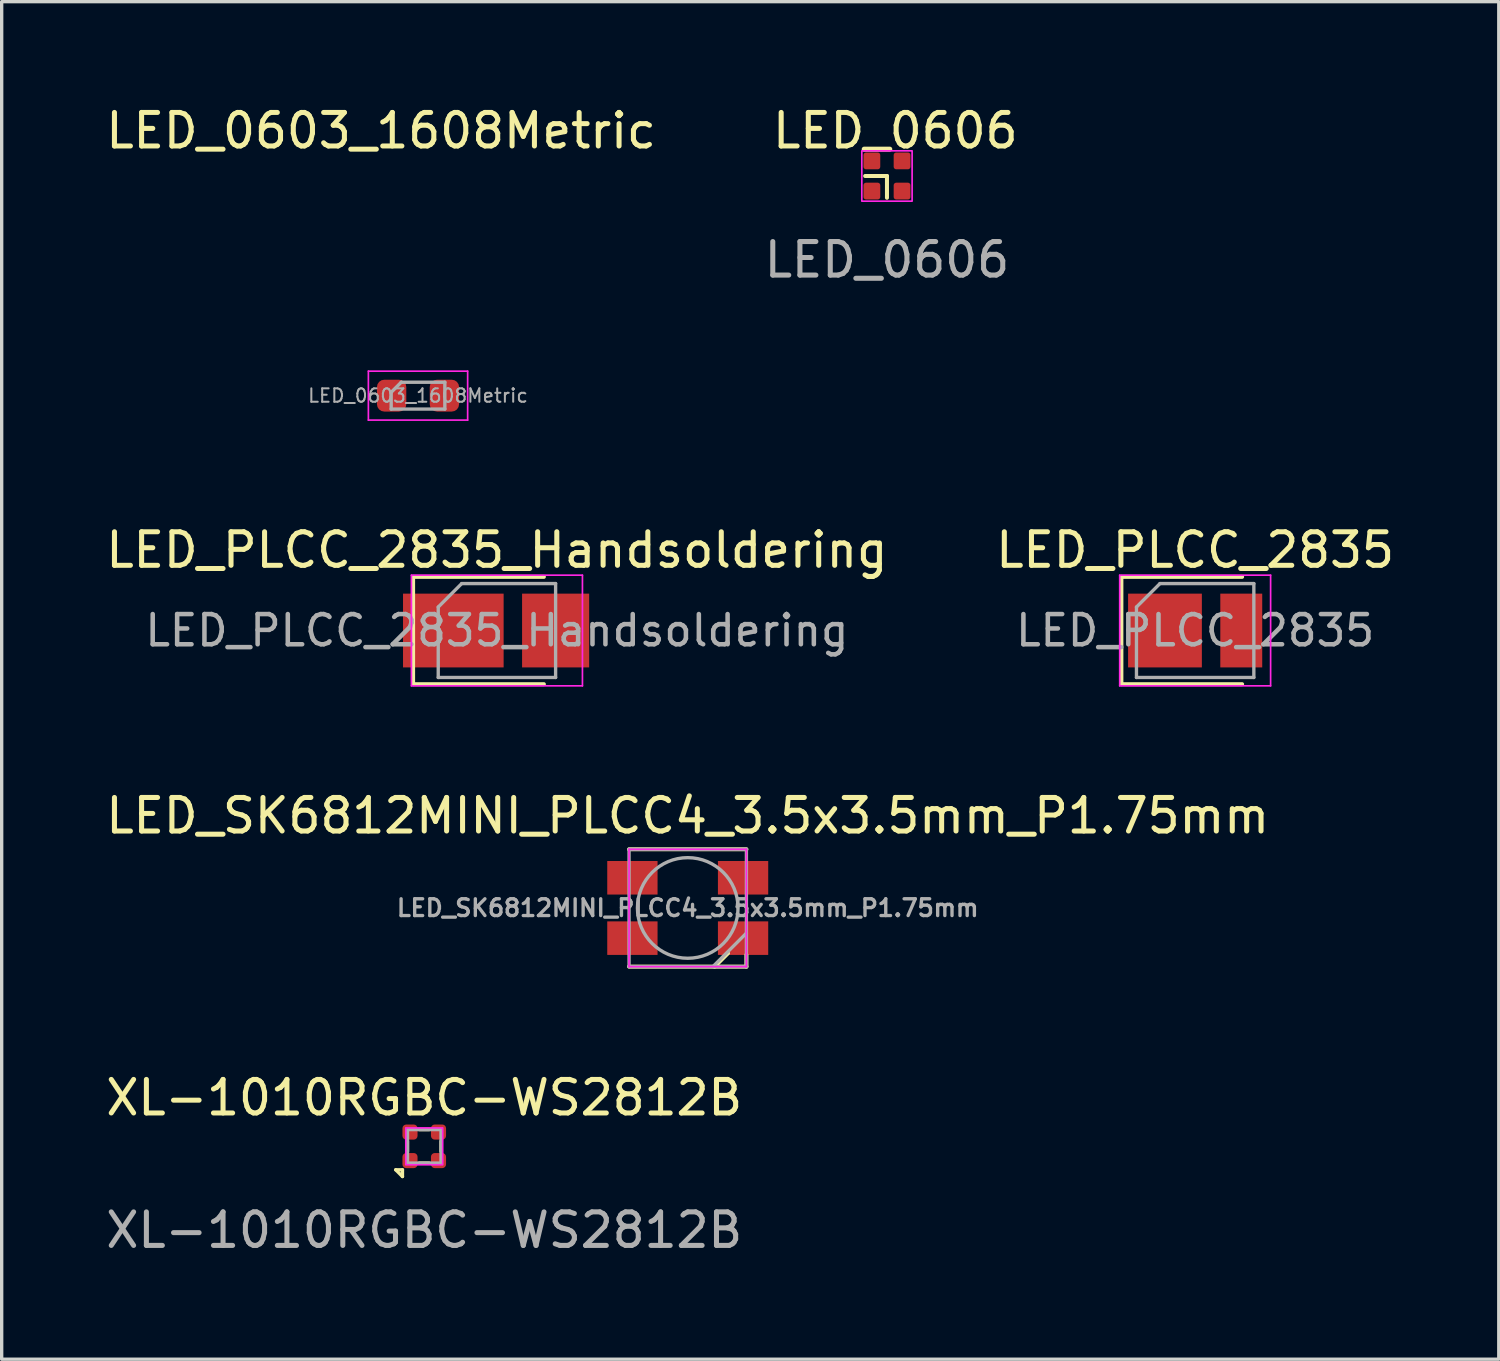
<source format=kicad_pcb>
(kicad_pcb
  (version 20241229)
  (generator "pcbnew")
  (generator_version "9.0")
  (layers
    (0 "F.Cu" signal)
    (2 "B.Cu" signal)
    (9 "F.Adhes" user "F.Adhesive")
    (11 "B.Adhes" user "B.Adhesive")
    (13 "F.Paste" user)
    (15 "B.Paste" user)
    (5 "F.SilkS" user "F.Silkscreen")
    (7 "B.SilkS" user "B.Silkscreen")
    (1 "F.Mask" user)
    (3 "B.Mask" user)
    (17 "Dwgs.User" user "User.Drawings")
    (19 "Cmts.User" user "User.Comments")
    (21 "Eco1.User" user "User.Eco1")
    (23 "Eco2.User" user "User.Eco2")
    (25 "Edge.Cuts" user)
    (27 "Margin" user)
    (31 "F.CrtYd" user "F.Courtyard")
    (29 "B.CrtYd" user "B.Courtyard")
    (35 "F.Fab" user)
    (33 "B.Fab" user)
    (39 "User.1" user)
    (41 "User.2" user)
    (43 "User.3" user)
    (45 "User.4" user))
  (footprint "LED_0606"
    (layer "F.Cu")
    (at 23.399 2.198)
    (property "Reference" "LED_0606" (at 0.25 -1.35 0) (unlocked yes) (layer "F.SilkS") (effects (font (size 1 1) (thickness 0.15))))
    (attr smd)
    (fp_line (start -0.65 0) (end 0 0) (stroke (width 0.12) (type solid)) (layer "F.SilkS"))
    (fp_line (start 0 0) (end 0 0.65) (stroke (width 0.12) (type solid)) (layer "F.SilkS"))
    (fp_rect (start -0.75 -0.75) (end 0.75 0.75) (stroke (width 0.05) (type solid)) (fill no) (layer "F.CrtYd"))
    (fp_text user "${REFERENCE}" (at 0 2.5 0) (unlocked yes) (layer "F.Fab") (effects (font (size 1 1) (thickness 0.15))))
    (pad "1" smd roundrect (at -0.45 0.45) (size 0.5 0.5) (layers "F.Cu" "F.Mask" "F.Paste") (roundrect_rratio 0.15))
    (pad "2" smd roundrect (at 0.45 0.45) (size 0.5 0.5) (layers "F.Cu" "F.Mask" "F.Paste") (roundrect_rratio 0.15))
    (pad "3" smd roundrect (at 0.45 -0.45) (size 0.5 0.5) (layers "F.Cu" "F.Mask" "F.Paste") (roundrect_rratio 0.15))
    (pad "4" smd roundrect (at -0.45 -0.45) (size 0.5 0.5) (layers "F.Cu" "F.Mask" "F.Paste") (roundrect_rratio 0.15)))
  (footprint "XL-1010RGBC-WS2812B"
    (layer "F.Cu")
    (at 9.601 31.133)
    (property "Reference" "XL-1010RGBC-WS2812B" (at 0 -1.45 0) (unlocked yes) (layer "F.SilkS") (effects (font (size 1 1) (thickness 0.15))))
    (attr smd)
    (fp_line (start -0.85 0.7) (end -0.65 0.9) (stroke (width 0.1) (type default)) (layer "F.SilkS"))
    (fp_line (start -0.65 0.7) (end -0.85 0.7) (stroke (width 0.1) (type default)) (layer "F.SilkS"))
    (fp_line (start -0.65 0.7) (end -0.65 0.9) (stroke (width 0.1) (type default)) (layer "F.SilkS"))
    (fp_line (start -0.5 -0.15) (end -0.5 0.15) (stroke (width 0.1) (type default)) (layer "F.SilkS"))
    (fp_line (start -0.15 -0.5) (end 0.15 -0.5) (stroke (width 0.1) (type default)) (layer "F.SilkS"))
    (fp_line (start -0.15 0.5) (end 0.15 0.5) (stroke (width 0.1) (type default)) (layer "F.SilkS"))
    (fp_line (start 0.5 0.15) (end 0.5 -0.15) (stroke (width 0.1) (type default)) (layer "F.SilkS"))
    (fp_rect (start -0.55 -0.55) (end 0.55 0.55) (stroke (width 0.05) (type default)) (fill no) (layer "F.CrtYd"))
    (fp_rect (start -0.5 -0.5) (end 0.5 0.5) (stroke (width 0.1) (type default)) (fill no) (layer "F.Fab"))
    (fp_text user "${REFERENCE}" (at 0 2.5 0) (unlocked yes) (layer "F.Fab") (effects (font (size 1 1) (thickness 0.15))))
    (pad "1" smd roundrect (at -0.425 -0.425) (size 0.45 0.45) (layers "F.Cu" "F.Mask" "F.Paste") (roundrect_rratio 0.25))
    (pad "2" smd roundrect (at 0.425 -0.425) (size 0.45 0.45) (layers "F.Cu" "F.Mask" "F.Paste") (roundrect_rratio 0.25))
    (pad "3" smd roundrect (at -0.425 0.425) (size 0.45 0.45) (layers "F.Cu" "F.Mask" "F.Paste") (roundrect_rratio 0.25))
    (pad "4" smd roundrect (at 0.425 0.425) (size 0.45 0.45) (layers "F.Cu" "F.Mask" "F.Paste") (roundrect_rratio 0.25)))
  (footprint "LED_SK6812MINI_PLCC4_3.5x3.5mm_P1.75mm"
    (layer "F.Cu")
    (at 17.458 24.025)
    (property "Reference" "LED_SK6812MINI_PLCC4_3.5x3.5mm_P1.75mm" (at 0 -2.75 0) (layer "F.SilkS") (effects (font (size 1 1) (thickness 0.15))))
    (attr smd)
    (fp_line (start -1.75 -1.75) (end 1.75 -1.75) (stroke (width 0.12) (type solid)) (layer "F.SilkS"))
    (fp_line (start -1.75 1.75) (end 1.75 1.75) (stroke (width 0.12) (type solid)) (layer "F.SilkS"))
    (fp_line (start 0.8 1.75) (end 1.2 1.35) (stroke (width 0.12) (type solid)) (layer "F.SilkS"))
    (fp_line (start 1.75 1.75) (end 1.75 1.4) (stroke (width 0.12) (type solid)) (layer "F.SilkS"))
    (fp_line (start -1.75 -1.75) (end -1.75 1.75) (stroke (width 0.05) (type solid)) (layer "F.CrtYd"))
    (fp_line (start -1.75 1.75) (end 1.75 1.75) (stroke (width 0.05) (type solid)) (layer "F.CrtYd"))
    (fp_line (start 1.75 -1.75) (end -1.75 -1.75) (stroke (width 0.05) (type solid)) (layer "F.CrtYd"))
    (fp_line (start 1.75 1.75) (end 1.75 -1.75) (stroke (width 0.05) (type solid)) (layer "F.CrtYd"))
    (fp_line (start -1.75 -1.75) (end -1.75 1.75) (stroke (width 0.1) (type solid)) (layer "F.Fab"))
    (fp_line (start -1.75 1.75) (end 1.75 1.75) (stroke (width 0.1) (type solid)) (layer "F.Fab"))
    (fp_line (start 1.75 -1.75) (end -1.75 -1.75) (stroke (width 0.1) (type solid)) (layer "F.Fab"))
    (fp_line (start 1.75 0.75) (end 0.75 1.75) (stroke (width 0.1) (type solid)) (layer "F.Fab"))
    (fp_line (start 1.75 1.75) (end 1.75 -1.75) (stroke (width 0.1) (type solid)) (layer "F.Fab"))
    (fp_circle (center 0 0) (end 0 -1.5) (stroke (width 0.1) (type solid)) (fill no) (layer "F.Fab"))
    (fp_text user "${REFERENCE}" (at 0 0 0) (layer "F.Fab") (effects (font (size 0.5 0.5) (thickness 0.1))))
    (pad "1" smd rect (at 1.65 0.9) (size 1.5 1) (layers "F.Cu" "F.Mask" "F.Paste"))
    (pad "2" smd rect (at 1.65 -0.9) (size 1.5 1) (layers "F.Cu" "F.Mask" "F.Paste"))
    (pad "3" smd rect (at -1.65 -0.9) (size 1.5 1) (layers "F.Cu" "F.Mask" "F.Paste"))
    (pad "4" smd rect (at -1.65 0.9) (size 1.5 1) (layers "F.Cu" "F.Mask" "F.Paste")))
  (footprint "LED_PLCC_2835"
    (layer "F.Cu")
    (at 32.589 15.752)
    (property "Reference" "LED_PLCC_2835" (at 0 -2.4 0) (layer "F.SilkS") (effects (font (size 1 1) (thickness 0.15))))
    (attr smd)
    (fp_line (start -2.2 -1.6) (end -2.2 1.6) (stroke (width 0.12) (type solid)) (layer "F.SilkS"))
    (fp_line (start 1.4 -1.6) (end -2.2 -1.6) (stroke (width 0.12) (type solid)) (layer "F.SilkS"))
    (fp_line (start 1.4 1.6) (end -2.2 1.6) (stroke (width 0.12) (type solid)) (layer "F.SilkS"))
    (fp_line (start -2.25 -1.65) (end 2.25 -1.65) (stroke (width 0.05) (type solid)) (layer "F.CrtYd"))
    (fp_line (start -2.25 1.65) (end -2.25 -1.65) (stroke (width 0.05) (type solid)) (layer "F.CrtYd"))
    (fp_line (start 2.25 -1.65) (end 2.25 1.65) (stroke (width 0.05) (type solid)) (layer "F.CrtYd"))
    (fp_line (start 2.25 1.65) (end -2.25 1.65) (stroke (width 0.05) (type solid)) (layer "F.CrtYd"))
    (fp_line (start -1.75 1.4) (end -1.75 -0.7) (stroke (width 0.1) (type solid)) (layer "F.Fab"))
    (fp_line (start -1.05 -1.4) (end -1.75 -0.7) (stroke (width 0.1) (type solid)) (layer "F.Fab"))
    (fp_line (start -1.05 -1.4) (end 1.75 -1.4) (stroke (width 0.1) (type solid)) (layer "F.Fab"))
    (fp_line (start 1.75 -1.4) (end 1.75 1.4) (stroke (width 0.1) (type solid)) (layer "F.Fab"))
    (fp_line (start 1.75 1.4) (end -1.75 1.4) (stroke (width 0.1) (type solid)) (layer "F.Fab"))
    (fp_text user "${REFERENCE}" (at 0 0 0) (layer "F.Fab") (effects (font (size 0.9 0.9) (thickness 0.135))))
    (pad "1" smd rect (at -0.9 0) (size 2.2 2.2) (layers "F.Cu" "F.Mask" "F.Paste"))
    (pad "2" smd rect (at 1.375 0) (size 1.25 2.2) (layers "F.Cu" "F.Mask" "F.Paste")))
  (footprint "LED_PLCC_2835_Handsoldering"
    (layer "F.Cu")
    (at 11.768 15.752)
    (property "Reference" "LED_PLCC_2835_Handsoldering" (at 0 -2.4 0) (layer "F.SilkS") (effects (font (size 1 1) (thickness 0.15))))
    (attr smd)
    (fp_line (start -2.5 -1.6) (end -2.5 1.6) (stroke (width 0.12) (type solid)) (layer "F.SilkS"))
    (fp_line (start 1.4 -1.6) (end -2.5 -1.6) (stroke (width 0.12) (type solid)) (layer "F.SilkS"))
    (fp_line (start 1.4 1.6) (end -2.5 1.6) (stroke (width 0.12) (type solid)) (layer "F.SilkS"))
    (fp_line (start -2.55 -1.65) (end 2.55 -1.65) (stroke (width 0.05) (type solid)) (layer "F.CrtYd"))
    (fp_line (start -2.55 1.65) (end -2.55 -1.65) (stroke (width 0.05) (type solid)) (layer "F.CrtYd"))
    (fp_line (start 2.55 -1.65) (end 2.55 1.65) (stroke (width 0.05) (type solid)) (layer "F.CrtYd"))
    (fp_line (start 2.55 1.65) (end -2.55 1.65) (stroke (width 0.05) (type solid)) (layer "F.CrtYd"))
    (fp_line (start -1.75 1.4) (end -1.75 -0.7) (stroke (width 0.1) (type solid)) (layer "F.Fab"))
    (fp_line (start -1.05 -1.4) (end -1.75 -0.7) (stroke (width 0.1) (type solid)) (layer "F.Fab"))
    (fp_line (start -1.05 -1.4) (end 1.75 -1.4) (stroke (width 0.1) (type solid)) (layer "F.Fab"))
    (fp_line (start 1.75 -1.4) (end 1.75 1.4) (stroke (width 0.1) (type solid)) (layer "F.Fab"))
    (fp_line (start 1.75 1.4) (end -1.75 1.4) (stroke (width 0.1) (type solid)) (layer "F.Fab"))
    (fp_text user "${REFERENCE}" (at 0 0 0) (layer "F.Fab") (effects (font (size 0.9 0.9) (thickness 0.135))))
    (pad "1" smd rect (at -1.3 0) (size 3 2.2) (layers "F.Cu" "F.Mask" "F.Paste"))
    (pad "2" smd rect (at 1.75 0) (size 2 2.2) (layers "F.Cu" "F.Mask" "F.Paste")))
  (footprint "LED_0603_1608Metric"
    (layer "F.Cu")
    (at 9.415 8.748)
    (property "Reference" "LED_0603_1608Metric" (at -1.1 -7.9 0) (layer "F.SilkS") (effects (font (size 1 1) (thickness 0.15))))
    (attr smd)
    (fp_line (start -1.48 -0.73) (end 1.48 -0.73) (stroke (width 0.05) (type solid)) (layer "F.CrtYd"))
    (fp_line (start -1.48 0.73) (end -1.48 -0.73) (stroke (width 0.05) (type solid)) (layer "F.CrtYd"))
    (fp_line (start 1.48 -0.73) (end 1.48 0.73) (stroke (width 0.05) (type solid)) (layer "F.CrtYd"))
    (fp_line (start 1.48 0.73) (end -1.48 0.73) (stroke (width 0.05) (type solid)) (layer "F.CrtYd"))
    (fp_line (start -0.8 -0.1) (end -0.8 0.4) (stroke (width 0.1) (type solid)) (layer "F.Fab"))
    (fp_line (start -0.8 0.4) (end 0.8 0.4) (stroke (width 0.1) (type solid)) (layer "F.Fab"))
    (fp_line (start -0.5 -0.4) (end -0.8 -0.1) (stroke (width 0.1) (type solid)) (layer "F.Fab"))
    (fp_line (start 0.8 -0.4) (end -0.5 -0.4) (stroke (width 0.1) (type solid)) (layer "F.Fab"))
    (fp_line (start 0.8 0.4) (end 0.8 -0.4) (stroke (width 0.1) (type solid)) (layer "F.Fab"))
    (fp_text user "${REFERENCE}" (at 0 0 0) (layer "F.Fab") (effects (font (size 0.4 0.4) (thickness 0.06))))
    (pad "1" smd roundrect (at -0.787 0) (size 0.875 0.95) (layers "F.Cu" "F.Mask" "F.Paste") (roundrect_rratio 0.25))
    (pad "2" smd roundrect (at 0.787 0) (size 0.875 0.95) (layers "F.Cu" "F.Mask" "F.Paste") (roundrect_rratio 0.25)))
  (gr_rect
    (start -3 -3)
    (end 41.643 37.481)
    (stroke (width 0.1) (type default))
    (fill no)
    (layer "Edge.Cuts")))
</source>
